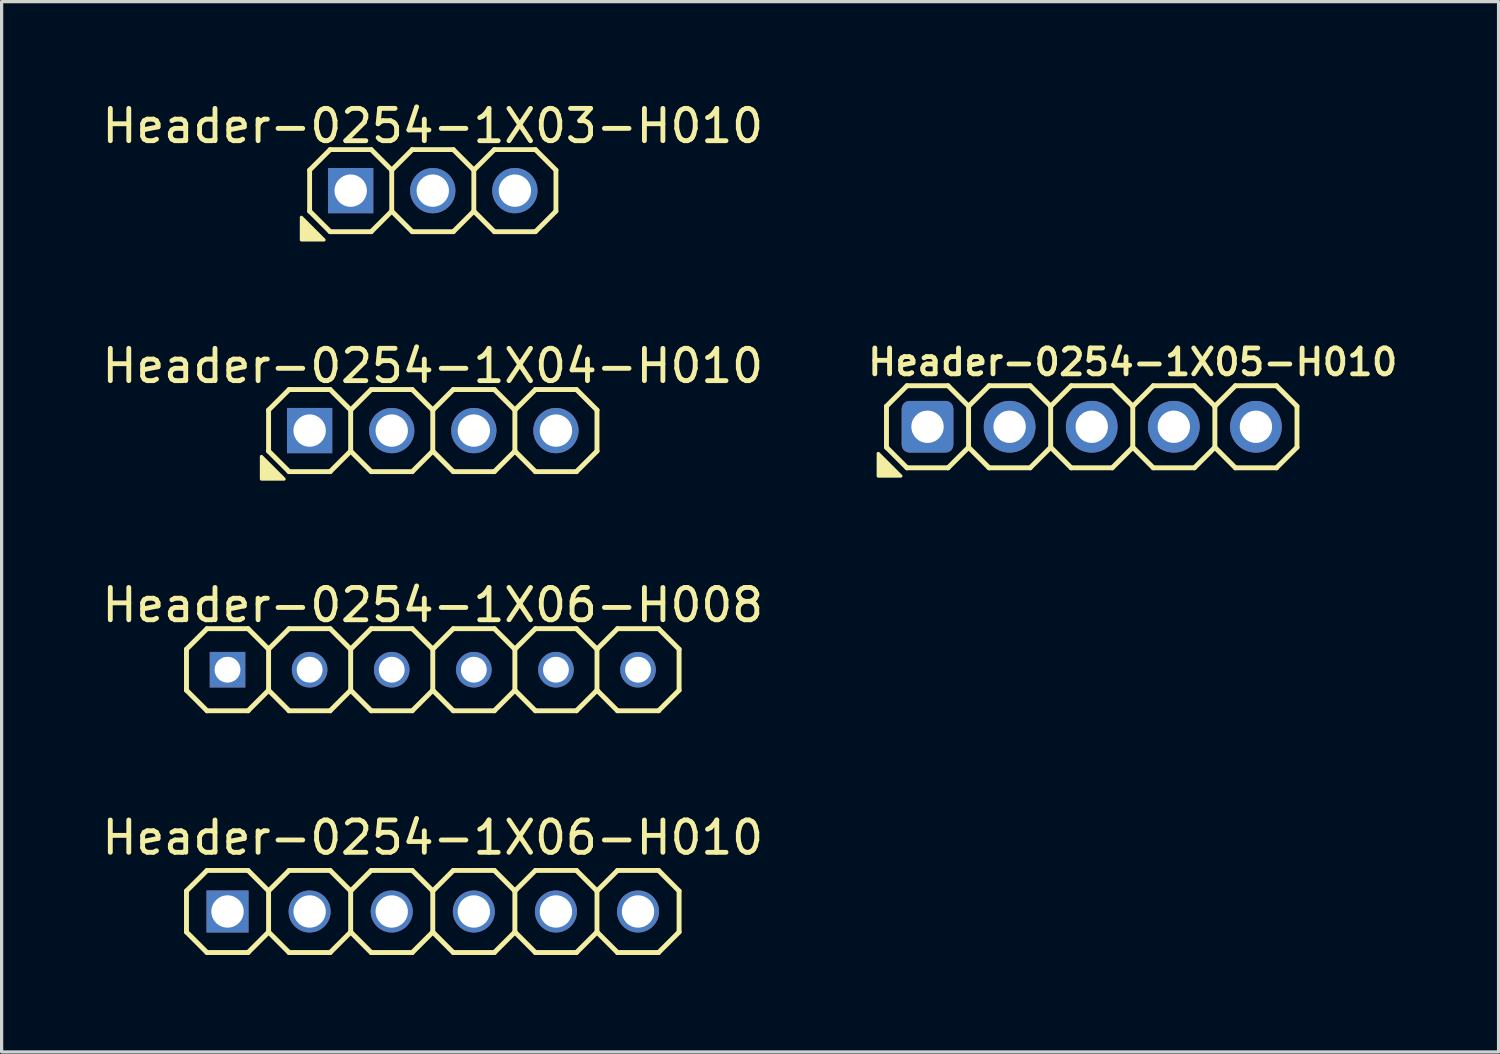
<source format=kicad_pcb>
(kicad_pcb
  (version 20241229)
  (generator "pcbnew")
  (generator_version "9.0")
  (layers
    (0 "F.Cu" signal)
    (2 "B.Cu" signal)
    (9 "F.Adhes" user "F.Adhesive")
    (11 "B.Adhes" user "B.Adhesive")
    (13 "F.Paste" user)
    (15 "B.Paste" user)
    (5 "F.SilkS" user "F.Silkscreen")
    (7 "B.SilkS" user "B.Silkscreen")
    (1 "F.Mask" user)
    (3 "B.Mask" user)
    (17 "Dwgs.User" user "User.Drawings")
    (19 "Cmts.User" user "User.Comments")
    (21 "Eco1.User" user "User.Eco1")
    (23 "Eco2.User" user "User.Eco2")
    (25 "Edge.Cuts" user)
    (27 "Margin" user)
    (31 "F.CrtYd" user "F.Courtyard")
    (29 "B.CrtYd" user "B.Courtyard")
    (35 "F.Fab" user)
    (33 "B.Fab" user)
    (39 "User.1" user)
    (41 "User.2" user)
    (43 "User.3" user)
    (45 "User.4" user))
  (footprint "Header-0254-1X06-H010"
    (layer "F.Cu")
    (at 10.339 25.149)
    (property "Reference" "Header-0254-1X06-H010" (at 0 -2.286 0) (layer "F.SilkS") (effects (font (size 1 1) (thickness 0.15))))
    (attr exclude_from_pos_files exclude_from_bom)
    (fp_line (start -7.62 -0.635) (end -7.62 0.635) (stroke (width 0.152) (type solid)) (layer "F.SilkS"))
    (fp_line (start -7.62 0.635) (end -6.985 1.27) (stroke (width 0.152) (type solid)) (layer "F.SilkS"))
    (fp_line (start -6.985 -1.27) (end -7.62 -0.635) (stroke (width 0.152) (type solid)) (layer "F.SilkS"))
    (fp_line (start -6.985 -1.27) (end -5.715 -1.27) (stroke (width 0.152) (type solid)) (layer "F.SilkS"))
    (fp_line (start -5.715 -1.27) (end -5.08 -0.635) (stroke (width 0.152) (type solid)) (layer "F.SilkS"))
    (fp_line (start -5.715 1.27) (end -6.985 1.27) (stroke (width 0.152) (type solid)) (layer "F.SilkS"))
    (fp_line (start -5.08 -0.635) (end -5.08 0.635) (stroke (width 0.152) (type solid)) (layer "F.SilkS"))
    (fp_line (start -5.08 -0.635) (end -4.445 -1.27) (stroke (width 0.152) (type solid)) (layer "F.SilkS"))
    (fp_line (start -5.08 0.635) (end -5.715 1.27) (stroke (width 0.152) (type solid)) (layer "F.SilkS"))
    (fp_line (start -4.445 -1.27) (end -3.175 -1.27) (stroke (width 0.152) (type solid)) (layer "F.SilkS"))
    (fp_line (start -4.445 1.27) (end -5.08 0.635) (stroke (width 0.152) (type solid)) (layer "F.SilkS"))
    (fp_line (start -3.175 -1.27) (end -2.54 -0.635) (stroke (width 0.152) (type solid)) (layer "F.SilkS"))
    (fp_line (start -3.175 1.27) (end -4.445 1.27) (stroke (width 0.152) (type solid)) (layer "F.SilkS"))
    (fp_line (start -2.54 -0.635) (end -2.54 0.635) (stroke (width 0.152) (type solid)) (layer "F.SilkS"))
    (fp_line (start -2.54 -0.635) (end -1.905 -1.27) (stroke (width 0.152) (type solid)) (layer "F.SilkS"))
    (fp_line (start -2.54 0.635) (end -3.175 1.27) (stroke (width 0.152) (type solid)) (layer "F.SilkS"))
    (fp_line (start -1.905 -1.27) (end -0.635 -1.27) (stroke (width 0.152) (type solid)) (layer "F.SilkS"))
    (fp_line (start -1.905 1.27) (end -2.54 0.635) (stroke (width 0.152) (type solid)) (layer "F.SilkS"))
    (fp_line (start -0.635 -1.27) (end 0 -0.635) (stroke (width 0.152) (type solid)) (layer "F.SilkS"))
    (fp_line (start -0.635 1.27) (end -1.905 1.27) (stroke (width 0.152) (type solid)) (layer "F.SilkS"))
    (fp_line (start 0 -0.635) (end 0 0.635) (stroke (width 0.152) (type solid)) (layer "F.SilkS"))
    (fp_line (start 0 0.635) (end -0.635 1.27) (stroke (width 0.152) (type solid)) (layer "F.SilkS"))
    (fp_line (start 0 0.635) (end 0.635 1.27) (stroke (width 0.152) (type solid)) (layer "F.SilkS"))
    (fp_line (start 0.635 -1.27) (end 0 -0.635) (stroke (width 0.152) (type solid)) (layer "F.SilkS"))
    (fp_line (start 0.635 -1.27) (end 1.905 -1.27) (stroke (width 0.152) (type solid)) (layer "F.SilkS"))
    (fp_line (start 1.905 -1.27) (end 2.54 -0.635) (stroke (width 0.152) (type solid)) (layer "F.SilkS"))
    (fp_line (start 1.905 1.27) (end 0.635 1.27) (stroke (width 0.152) (type solid)) (layer "F.SilkS"))
    (fp_line (start 2.54 -0.635) (end 2.54 0.635) (stroke (width 0.152) (type solid)) (layer "F.SilkS"))
    (fp_line (start 2.54 -0.635) (end 3.175 -1.27) (stroke (width 0.152) (type solid)) (layer "F.SilkS"))
    (fp_line (start 2.54 0.635) (end 1.905 1.27) (stroke (width 0.152) (type solid)) (layer "F.SilkS"))
    (fp_line (start 3.175 -1.27) (end 4.445 -1.27) (stroke (width 0.152) (type solid)) (layer "F.SilkS"))
    (fp_line (start 3.175 1.27) (end 2.54 0.635) (stroke (width 0.152) (type solid)) (layer "F.SilkS"))
    (fp_line (start 4.445 -1.27) (end 5.08 -0.635) (stroke (width 0.152) (type solid)) (layer "F.SilkS"))
    (fp_line (start 4.445 1.27) (end 3.175 1.27) (stroke (width 0.152) (type solid)) (layer "F.SilkS"))
    (fp_line (start 5.08 -0.635) (end 5.08 0.635) (stroke (width 0.15) (type solid)) (layer "F.SilkS"))
    (fp_line (start 5.08 0.635) (end 4.445 1.27) (stroke (width 0.152) (type solid)) (layer "F.SilkS"))
    (fp_line (start 5.08 0.635) (end 5.715 1.27) (stroke (width 0.152) (type solid)) (layer "F.SilkS"))
    (fp_line (start 5.715 -1.27) (end 5.08 -0.635) (stroke (width 0.152) (type solid)) (layer "F.SilkS"))
    (fp_line (start 5.715 -1.27) (end 6.985 -1.27) (stroke (width 0.152) (type solid)) (layer "F.SilkS"))
    (fp_line (start 6.985 -1.27) (end 7.62 -0.635) (stroke (width 0.152) (type solid)) (layer "F.SilkS"))
    (fp_line (start 6.985 1.27) (end 5.715 1.27) (stroke (width 0.152) (type solid)) (layer "F.SilkS"))
    (fp_line (start 7.62 -0.635) (end 7.62 0.635) (stroke (width 0.152) (type solid)) (layer "F.SilkS"))
    (fp_line (start 7.62 0.635) (end 6.985 1.27) (stroke (width 0.152) (type solid)) (layer "F.SilkS"))
    (pad "1" thru_hole trapezoid (at -6.35 0 180) (size 1.3 1.3) (drill 1) (layers "*.Cu" "*.Mask"))
    (pad "2" thru_hole circle (at -3.81 0 180) (size 1.3 1.3) (drill 1) (layers "*.Cu" "*.Mask"))
    (pad "3" thru_hole circle (at -1.27 0 180) (size 1.3 1.3) (drill 1) (layers "*.Cu" "*.Mask"))
    (pad "4" thru_hole circle (at 1.27 0 180) (size 1.3 1.3) (drill 1) (layers "*.Cu" "*.Mask"))
    (pad "5" thru_hole circle (at 3.81 0 180) (size 1.3 1.3) (drill 1) (layers "*.Cu" "*.Mask"))
    (pad "6" thru_hole circle (at 6.35 0 180) (size 1.3 1.3) (drill 1) (layers "*.Cu" "*.Mask")))
  (footprint "Header-0254-1X06-H008"
    (layer "F.Cu")
    (at 10.339 17.669)
    (property "Reference" "Header-0254-1X06-H008" (at 0 -2 0) (layer "F.SilkS") (effects (font (size 1 1) (thickness 0.15))))
    (attr exclude_from_pos_files exclude_from_bom)
    (fp_line (start -7.62 -0.635) (end -7.62 0.635) (stroke (width 0.152) (type solid)) (layer "F.SilkS"))
    (fp_line (start -7.62 0.635) (end -6.985 1.27) (stroke (width 0.152) (type solid)) (layer "F.SilkS"))
    (fp_line (start -6.985 -1.27) (end -7.62 -0.635) (stroke (width 0.152) (type solid)) (layer "F.SilkS"))
    (fp_line (start -6.985 -1.27) (end -5.715 -1.27) (stroke (width 0.152) (type solid)) (layer "F.SilkS"))
    (fp_line (start -5.715 -1.27) (end -5.08 -0.635) (stroke (width 0.152) (type solid)) (layer "F.SilkS"))
    (fp_line (start -5.715 1.27) (end -6.985 1.27) (stroke (width 0.152) (type solid)) (layer "F.SilkS"))
    (fp_line (start -5.08 -0.635) (end -5.08 0.635) (stroke (width 0.152) (type solid)) (layer "F.SilkS"))
    (fp_line (start -5.08 -0.635) (end -4.445 -1.27) (stroke (width 0.152) (type solid)) (layer "F.SilkS"))
    (fp_line (start -5.08 0.635) (end -5.715 1.27) (stroke (width 0.152) (type solid)) (layer "F.SilkS"))
    (fp_line (start -4.445 -1.27) (end -3.175 -1.27) (stroke (width 0.152) (type solid)) (layer "F.SilkS"))
    (fp_line (start -4.445 1.27) (end -5.08 0.635) (stroke (width 0.152) (type solid)) (layer "F.SilkS"))
    (fp_line (start -3.175 -1.27) (end -2.54 -0.635) (stroke (width 0.152) (type solid)) (layer "F.SilkS"))
    (fp_line (start -3.175 1.27) (end -4.445 1.27) (stroke (width 0.152) (type solid)) (layer "F.SilkS"))
    (fp_line (start -2.54 -0.635) (end -2.54 0.635) (stroke (width 0.152) (type solid)) (layer "F.SilkS"))
    (fp_line (start -2.54 -0.635) (end -1.905 -1.27) (stroke (width 0.152) (type solid)) (layer "F.SilkS"))
    (fp_line (start -2.54 0.635) (end -3.175 1.27) (stroke (width 0.152) (type solid)) (layer "F.SilkS"))
    (fp_line (start -1.905 -1.27) (end -0.635 -1.27) (stroke (width 0.152) (type solid)) (layer "F.SilkS"))
    (fp_line (start -1.905 1.27) (end -2.54 0.635) (stroke (width 0.152) (type solid)) (layer "F.SilkS"))
    (fp_line (start -0.635 -1.27) (end 0 -0.635) (stroke (width 0.152) (type solid)) (layer "F.SilkS"))
    (fp_line (start -0.635 1.27) (end -1.905 1.27) (stroke (width 0.152) (type solid)) (layer "F.SilkS"))
    (fp_line (start 0 -0.635) (end 0 0.635) (stroke (width 0.152) (type solid)) (layer "F.SilkS"))
    (fp_line (start 0 0.635) (end -0.635 1.27) (stroke (width 0.152) (type solid)) (layer "F.SilkS"))
    (fp_line (start 0 0.635) (end 0.635 1.27) (stroke (width 0.152) (type solid)) (layer "F.SilkS"))
    (fp_line (start 0.635 -1.27) (end 0 -0.635) (stroke (width 0.152) (type solid)) (layer "F.SilkS"))
    (fp_line (start 0.635 -1.27) (end 1.905 -1.27) (stroke (width 0.152) (type solid)) (layer "F.SilkS"))
    (fp_line (start 1.905 -1.27) (end 2.54 -0.635) (stroke (width 0.152) (type solid)) (layer "F.SilkS"))
    (fp_line (start 1.905 1.27) (end 0.635 1.27) (stroke (width 0.152) (type solid)) (layer "F.SilkS"))
    (fp_line (start 2.54 -0.635) (end 2.54 0.635) (stroke (width 0.152) (type solid)) (layer "F.SilkS"))
    (fp_line (start 2.54 -0.635) (end 3.175 -1.27) (stroke (width 0.152) (type solid)) (layer "F.SilkS"))
    (fp_line (start 2.54 0.635) (end 1.905 1.27) (stroke (width 0.152) (type solid)) (layer "F.SilkS"))
    (fp_line (start 3.175 -1.27) (end 4.445 -1.27) (stroke (width 0.152) (type solid)) (layer "F.SilkS"))
    (fp_line (start 3.175 1.27) (end 2.54 0.635) (stroke (width 0.152) (type solid)) (layer "F.SilkS"))
    (fp_line (start 4.445 -1.27) (end 5.08 -0.635) (stroke (width 0.152) (type solid)) (layer "F.SilkS"))
    (fp_line (start 4.445 1.27) (end 3.175 1.27) (stroke (width 0.152) (type solid)) (layer "F.SilkS"))
    (fp_line (start 5.08 -0.635) (end 5.08 0.635) (stroke (width 0.15) (type solid)) (layer "F.SilkS"))
    (fp_line (start 5.08 0.635) (end 4.445 1.27) (stroke (width 0.152) (type solid)) (layer "F.SilkS"))
    (fp_line (start 5.08 0.635) (end 5.715 1.27) (stroke (width 0.152) (type solid)) (layer "F.SilkS"))
    (fp_line (start 5.715 -1.27) (end 5.08 -0.635) (stroke (width 0.152) (type solid)) (layer "F.SilkS"))
    (fp_line (start 5.715 -1.27) (end 6.985 -1.27) (stroke (width 0.152) (type solid)) (layer "F.SilkS"))
    (fp_line (start 6.985 -1.27) (end 7.62 -0.635) (stroke (width 0.152) (type solid)) (layer "F.SilkS"))
    (fp_line (start 6.985 1.27) (end 5.715 1.27) (stroke (width 0.152) (type solid)) (layer "F.SilkS"))
    (fp_line (start 7.62 -0.635) (end 7.62 0.635) (stroke (width 0.152) (type solid)) (layer "F.SilkS"))
    (fp_line (start 7.62 0.635) (end 6.985 1.27) (stroke (width 0.152) (type solid)) (layer "F.SilkS"))
    (pad "1" thru_hole trapezoid (at -6.35 0 180) (size 1.1 1.1) (drill 0.8) (layers "*.Cu" "*.Mask"))
    (pad "2" thru_hole circle (at -3.81 0 180) (size 1.1 1.1) (drill 0.8) (layers "*.Cu" "*.Mask"))
    (pad "3" thru_hole circle (at -1.27 0 180) (size 1.1 1.1) (drill 0.8) (layers "*.Cu" "*.Mask"))
    (pad "4" thru_hole circle (at 1.27 0 180) (size 1.1 1.1) (drill 0.8) (layers "*.Cu" "*.Mask"))
    (pad "5" thru_hole circle (at 3.81 0 180) (size 1.1 1.1) (drill 0.8) (layers "*.Cu" "*.Mask"))
    (pad "6" thru_hole circle (at 6.35 0 180) (size 1.1 1.1) (drill 0.8) (layers "*.Cu" "*.Mask")))
  (footprint "Header-0254-1X03-H010"
    (layer "F.Cu")
    (at 10.339 2.848)
    (property "Reference" "Header-0254-1X03-H010" (at 0 -2 0) (layer "F.SilkS") (effects (font (size 1 1) (thickness 0.15))))
    (attr exclude_from_pos_files exclude_from_bom)
    (fp_line (start -3.81 -0.635) (end -3.81 0.635) (stroke (width 0.15) (type solid)) (layer "F.SilkS"))
    (fp_line (start -3.81 0.635) (end -3.175 1.27) (stroke (width 0.15) (type solid)) (layer "F.SilkS"))
    (fp_line (start -3.175 -1.27) (end -3.81 -0.635) (stroke (width 0.15) (type solid)) (layer "F.SilkS"))
    (fp_line (start -3.175 -1.27) (end -1.905 -1.27) (stroke (width 0.15) (type solid)) (layer "F.SilkS"))
    (fp_line (start -1.905 -1.27) (end -1.27 -0.635) (stroke (width 0.15) (type solid)) (layer "F.SilkS"))
    (fp_line (start -1.905 1.27) (end -3.175 1.27) (stroke (width 0.15) (type solid)) (layer "F.SilkS"))
    (fp_line (start -1.27 -0.635) (end -1.27 0.635) (stroke (width 0.15) (type solid)) (layer "F.SilkS"))
    (fp_line (start -1.27 -0.635) (end -0.635 -1.27) (stroke (width 0.15) (type solid)) (layer "F.SilkS"))
    (fp_line (start -1.27 0.635) (end -1.905 1.27) (stroke (width 0.15) (type solid)) (layer "F.SilkS"))
    (fp_line (start -0.635 -1.27) (end 0.635 -1.27) (stroke (width 0.15) (type solid)) (layer "F.SilkS"))
    (fp_line (start -0.635 1.27) (end -1.27 0.635) (stroke (width 0.15) (type solid)) (layer "F.SilkS"))
    (fp_line (start 0.635 -1.27) (end 1.27 -0.635) (stroke (width 0.15) (type solid)) (layer "F.SilkS"))
    (fp_line (start 0.635 1.27) (end -0.635 1.27) (stroke (width 0.15) (type solid)) (layer "F.SilkS"))
    (fp_line (start 1.27 -0.635) (end 1.27 0.635) (stroke (width 0.15) (type solid)) (layer "F.SilkS"))
    (fp_line (start 1.27 -0.635) (end 1.905 -1.27) (stroke (width 0.15) (type solid)) (layer "F.SilkS"))
    (fp_line (start 1.27 0.635) (end 0.635 1.27) (stroke (width 0.15) (type solid)) (layer "F.SilkS"))
    (fp_line (start 1.905 -1.27) (end 3.175 -1.27) (stroke (width 0.15) (type solid)) (layer "F.SilkS"))
    (fp_line (start 1.905 1.27) (end 1.27 0.635) (stroke (width 0.15) (type solid)) (layer "F.SilkS"))
    (fp_line (start 3.175 -1.27) (end 3.81 -0.635) (stroke (width 0.15) (type solid)) (layer "F.SilkS"))
    (fp_line (start 3.175 1.27) (end 1.905 1.27) (stroke (width 0.15) (type solid)) (layer "F.SilkS"))
    (fp_line (start 3.81 -0.635) (end 3.81 0.635) (stroke (width 0.15) (type solid)) (layer "F.SilkS"))
    (fp_line (start 3.81 0.635) (end 3.175 1.27) (stroke (width 0.15) (type solid)) (layer "F.SilkS"))
    (fp_poly (pts (xy -4.064 0.826) (xy -4.064 1.524) (xy -3.365 1.524)) (stroke (width 0.1) (type solid)) (fill yes) (layer "F.SilkS"))
    (pad "1" thru_hole rect (at -2.54 0 180) (size 1.4 1.4) (drill 1) (layers "*.Cu" "*.Mask"))
    (pad "2" thru_hole circle (at 0 0 180) (size 1.4 1.4) (drill 1) (layers "*.Cu" "*.Mask"))
    (pad "3" thru_hole circle (at 2.54 0 180) (size 1.4 1.4) (drill 1) (layers "*.Cu" "*.Mask")))
  (footprint "Header-0254-1X04-H010"
    (layer "F.Cu")
    (at 10.339 10.271)
    (property "Reference" "Header-0254-1X04-H010" (at 0 -2 0) (layer "F.SilkS") (effects (font (size 1 1) (thickness 0.15))))
    (attr through_hole exclude_from_pos_files exclude_from_bom)
    (fp_line (start -5.08 -0.635) (end -5.08 0.635) (stroke (width 0.152) (type solid)) (layer "F.SilkS"))
    (fp_line (start -5.08 0.635) (end -4.445 1.27) (stroke (width 0.152) (type solid)) (layer "F.SilkS"))
    (fp_line (start -4.445 -1.27) (end -5.08 -0.635) (stroke (width 0.152) (type solid)) (layer "F.SilkS"))
    (fp_line (start -4.445 -1.27) (end -3.175 -1.27) (stroke (width 0.152) (type solid)) (layer "F.SilkS"))
    (fp_line (start -3.175 -1.27) (end -2.54 -0.635) (stroke (width 0.152) (type solid)) (layer "F.SilkS"))
    (fp_line (start -3.175 1.27) (end -4.445 1.27) (stroke (width 0.152) (type solid)) (layer "F.SilkS"))
    (fp_line (start -2.54 -0.635) (end -2.54 0.635) (stroke (width 0.152) (type solid)) (layer "F.SilkS"))
    (fp_line (start -2.54 -0.635) (end -1.905 -1.27) (stroke (width 0.152) (type solid)) (layer "F.SilkS"))
    (fp_line (start -2.54 0.635) (end -3.175 1.27) (stroke (width 0.152) (type solid)) (layer "F.SilkS"))
    (fp_line (start -1.905 -1.27) (end -0.635 -1.27) (stroke (width 0.152) (type solid)) (layer "F.SilkS"))
    (fp_line (start -1.905 1.27) (end -2.54 0.635) (stroke (width 0.152) (type solid)) (layer "F.SilkS"))
    (fp_line (start -0.635 -1.27) (end 0 -0.635) (stroke (width 0.152) (type solid)) (layer "F.SilkS"))
    (fp_line (start -0.635 1.27) (end -1.905 1.27) (stroke (width 0.152) (type solid)) (layer "F.SilkS"))
    (fp_line (start 0 -0.635) (end 0 0.635) (stroke (width 0.152) (type solid)) (layer "F.SilkS"))
    (fp_line (start 0 -0.635) (end 0.635 -1.27) (stroke (width 0.152) (type solid)) (layer "F.SilkS"))
    (fp_line (start 0 0.635) (end -0.635 1.27) (stroke (width 0.152) (type solid)) (layer "F.SilkS"))
    (fp_line (start 0.635 -1.27) (end 1.905 -1.27) (stroke (width 0.152) (type solid)) (layer "F.SilkS"))
    (fp_line (start 0.635 1.27) (end 0 0.635) (stroke (width 0.152) (type solid)) (layer "F.SilkS"))
    (fp_line (start 1.905 -1.27) (end 2.54 -0.635) (stroke (width 0.152) (type solid)) (layer "F.SilkS"))
    (fp_line (start 1.905 1.27) (end 0.635 1.27) (stroke (width 0.152) (type solid)) (layer "F.SilkS"))
    (fp_line (start 2.54 -0.635) (end 2.54 0.635) (stroke (width 0.152) (type solid)) (layer "F.SilkS"))
    (fp_line (start 2.54 0.635) (end 1.905 1.27) (stroke (width 0.152) (type solid)) (layer "F.SilkS"))
    (fp_line (start 2.54 0.635) (end 3.175 1.27) (stroke (width 0.152) (type solid)) (layer "F.SilkS"))
    (fp_line (start 3.175 -1.27) (end 2.54 -0.635) (stroke (width 0.152) (type solid)) (layer "F.SilkS"))
    (fp_line (start 3.175 -1.27) (end 4.445 -1.27) (stroke (width 0.152) (type solid)) (layer "F.SilkS"))
    (fp_line (start 4.445 -1.27) (end 5.08 -0.635) (stroke (width 0.152) (type solid)) (layer "F.SilkS"))
    (fp_line (start 4.445 1.27) (end 3.175 1.27) (stroke (width 0.152) (type solid)) (layer "F.SilkS"))
    (fp_line (start 5.08 -0.635) (end 5.08 0.635) (stroke (width 0.152) (type solid)) (layer "F.SilkS"))
    (fp_line (start 5.08 0.635) (end 4.445 1.27) (stroke (width 0.152) (type solid)) (layer "F.SilkS"))
    (fp_poly (pts (xy -5.3 0.801) (xy -5.3 1.5) (xy -4.601 1.5)) (stroke (width 0.1) (type solid)) (fill yes) (layer "F.SilkS"))
    (pad "1" thru_hole rect (at -3.81 0 180) (size 1.4 1.4) (drill 1) (layers "*.Cu" "*.Mask"))
    (pad "2" thru_hole circle (at -1.27 0 180) (size 1.4 1.4) (drill 1) (layers "*.Cu" "*.Mask"))
    (pad "3" thru_hole circle (at 1.27 0 180) (size 1.4 1.4) (drill 1) (layers "*.Cu" "*.Mask"))
    (pad "4" thru_hole circle (at 3.81 0 180) (size 1.4 1.4) (drill 1) (layers "*.Cu" "*.Mask")))
  (footprint "Header-0254-1X05-H010"
    (layer "F.Cu")
    (at 31.995 10.153)
    (property "Reference" "Header-0254-1X05-H010" (at 0 -2 0) (layer "F.SilkS") (effects (font (size 0.8 0.8) (thickness 0.15))))
    (attr through_hole exclude_from_pos_files exclude_from_bom)
    (fp_line (start -7.62 -0.635) (end -7.62 0.635) (stroke (width 0.152) (type solid)) (layer "F.SilkS"))
    (fp_line (start -7.62 0.635) (end -6.985 1.27) (stroke (width 0.152) (type solid)) (layer "F.SilkS"))
    (fp_line (start -6.985 -1.27) (end -7.62 -0.635) (stroke (width 0.152) (type solid)) (layer "F.SilkS"))
    (fp_line (start -6.985 -1.27) (end -5.715 -1.27) (stroke (width 0.152) (type solid)) (layer "F.SilkS"))
    (fp_line (start -5.715 -1.27) (end -5.08 -0.635) (stroke (width 0.152) (type solid)) (layer "F.SilkS"))
    (fp_line (start -5.715 1.27) (end -6.985 1.27) (stroke (width 0.152) (type solid)) (layer "F.SilkS"))
    (fp_line (start -5.08 -0.635) (end -5.08 0.635) (stroke (width 0.152) (type solid)) (layer "F.SilkS"))
    (fp_line (start -5.08 -0.635) (end -4.445 -1.27) (stroke (width 0.152) (type solid)) (layer "F.SilkS"))
    (fp_line (start -5.08 0.635) (end -5.715 1.27) (stroke (width 0.152) (type solid)) (layer "F.SilkS"))
    (fp_line (start -4.445 -1.27) (end -3.175 -1.27) (stroke (width 0.152) (type solid)) (layer "F.SilkS"))
    (fp_line (start -4.445 1.27) (end -5.08 0.635) (stroke (width 0.152) (type solid)) (layer "F.SilkS"))
    (fp_line (start -3.175 -1.27) (end -2.54 -0.635) (stroke (width 0.152) (type solid)) (layer "F.SilkS"))
    (fp_line (start -3.175 1.27) (end -4.445 1.27) (stroke (width 0.152) (type solid)) (layer "F.SilkS"))
    (fp_line (start -2.54 -0.635) (end -2.54 0.635) (stroke (width 0.152) (type solid)) (layer "F.SilkS"))
    (fp_line (start -2.54 -0.635) (end -1.905 -1.27) (stroke (width 0.152) (type solid)) (layer "F.SilkS"))
    (fp_line (start -2.54 0.635) (end -3.175 1.27) (stroke (width 0.152) (type solid)) (layer "F.SilkS"))
    (fp_line (start -1.905 -1.27) (end -0.635 -1.27) (stroke (width 0.152) (type solid)) (layer "F.SilkS"))
    (fp_line (start -1.905 1.27) (end -2.54 0.635) (stroke (width 0.152) (type solid)) (layer "F.SilkS"))
    (fp_line (start -0.635 -1.27) (end 0 -0.635) (stroke (width 0.152) (type solid)) (layer "F.SilkS"))
    (fp_line (start -0.635 1.27) (end -1.905 1.27) (stroke (width 0.152) (type solid)) (layer "F.SilkS"))
    (fp_line (start 0 -0.635) (end 0 0.635) (stroke (width 0.152) (type solid)) (layer "F.SilkS"))
    (fp_line (start 0 0.635) (end -0.635 1.27) (stroke (width 0.152) (type solid)) (layer "F.SilkS"))
    (fp_line (start 0 0.635) (end 0.635 1.27) (stroke (width 0.152) (type solid)) (layer "F.SilkS"))
    (fp_line (start 0.635 -1.27) (end 0 -0.635) (stroke (width 0.152) (type solid)) (layer "F.SilkS"))
    (fp_line (start 0.635 -1.27) (end 1.905 -1.27) (stroke (width 0.152) (type solid)) (layer "F.SilkS"))
    (fp_line (start 1.905 -1.27) (end 2.54 -0.635) (stroke (width 0.152) (type solid)) (layer "F.SilkS"))
    (fp_line (start 1.905 1.27) (end 0.635 1.27) (stroke (width 0.152) (type solid)) (layer "F.SilkS"))
    (fp_line (start 2.54 -0.635) (end 2.54 0.635) (stroke (width 0.152) (type solid)) (layer "F.SilkS"))
    (fp_line (start 2.54 -0.635) (end 3.175 -1.27) (stroke (width 0.152) (type solid)) (layer "F.SilkS"))
    (fp_line (start 2.54 0.635) (end 1.905 1.27) (stroke (width 0.152) (type solid)) (layer "F.SilkS"))
    (fp_line (start 3.175 -1.27) (end 4.445 -1.27) (stroke (width 0.152) (type solid)) (layer "F.SilkS"))
    (fp_line (start 3.175 1.27) (end 2.54 0.635) (stroke (width 0.152) (type solid)) (layer "F.SilkS"))
    (fp_line (start 4.445 -1.27) (end 5.08 -0.635) (stroke (width 0.152) (type solid)) (layer "F.SilkS"))
    (fp_line (start 4.445 1.27) (end 3.175 1.27) (stroke (width 0.152) (type solid)) (layer "F.SilkS"))
    (fp_line (start 5.08 -0.635) (end 5.08 0.635) (stroke (width 0.15) (type solid)) (layer "F.SilkS"))
    (fp_line (start 5.08 0.635) (end 4.445 1.27) (stroke (width 0.152) (type solid)) (layer "F.SilkS"))
    (fp_poly (pts (xy -7.874 0.826) (xy -7.874 1.524) (xy -7.176 1.524)) (stroke (width 0.1) (type solid)) (fill yes) (layer "F.SilkS"))
    (pad "1" thru_hole roundrect (at -6.35 0 180) (size 1.6 1.6) (drill 1) (layers "*.Cu" "*.Mask") (roundrect_rratio 0.15))
    (pad "2" thru_hole circle (at -3.81 0 180) (size 1.6 1.6) (drill 1) (layers "*.Cu" "*.Mask"))
    (pad "3" thru_hole circle (at -1.27 0 180) (size 1.6 1.6) (drill 1) (layers "*.Cu" "*.Mask"))
    (pad "4" thru_hole circle (at 1.27 0 180) (size 1.6 1.6) (drill 1) (layers "*.Cu" "*.Mask"))
    (pad "5" thru_hole circle (at 3.81 0 180) (size 1.6 1.6) (drill 1) (layers "*.Cu" "*.Mask")))
  (gr_rect
    (start -3 -3)
    (end 43.311 29.495)
    (stroke (width 0.1) (type default))
    (fill no)
    (layer "Edge.Cuts")))
</source>
